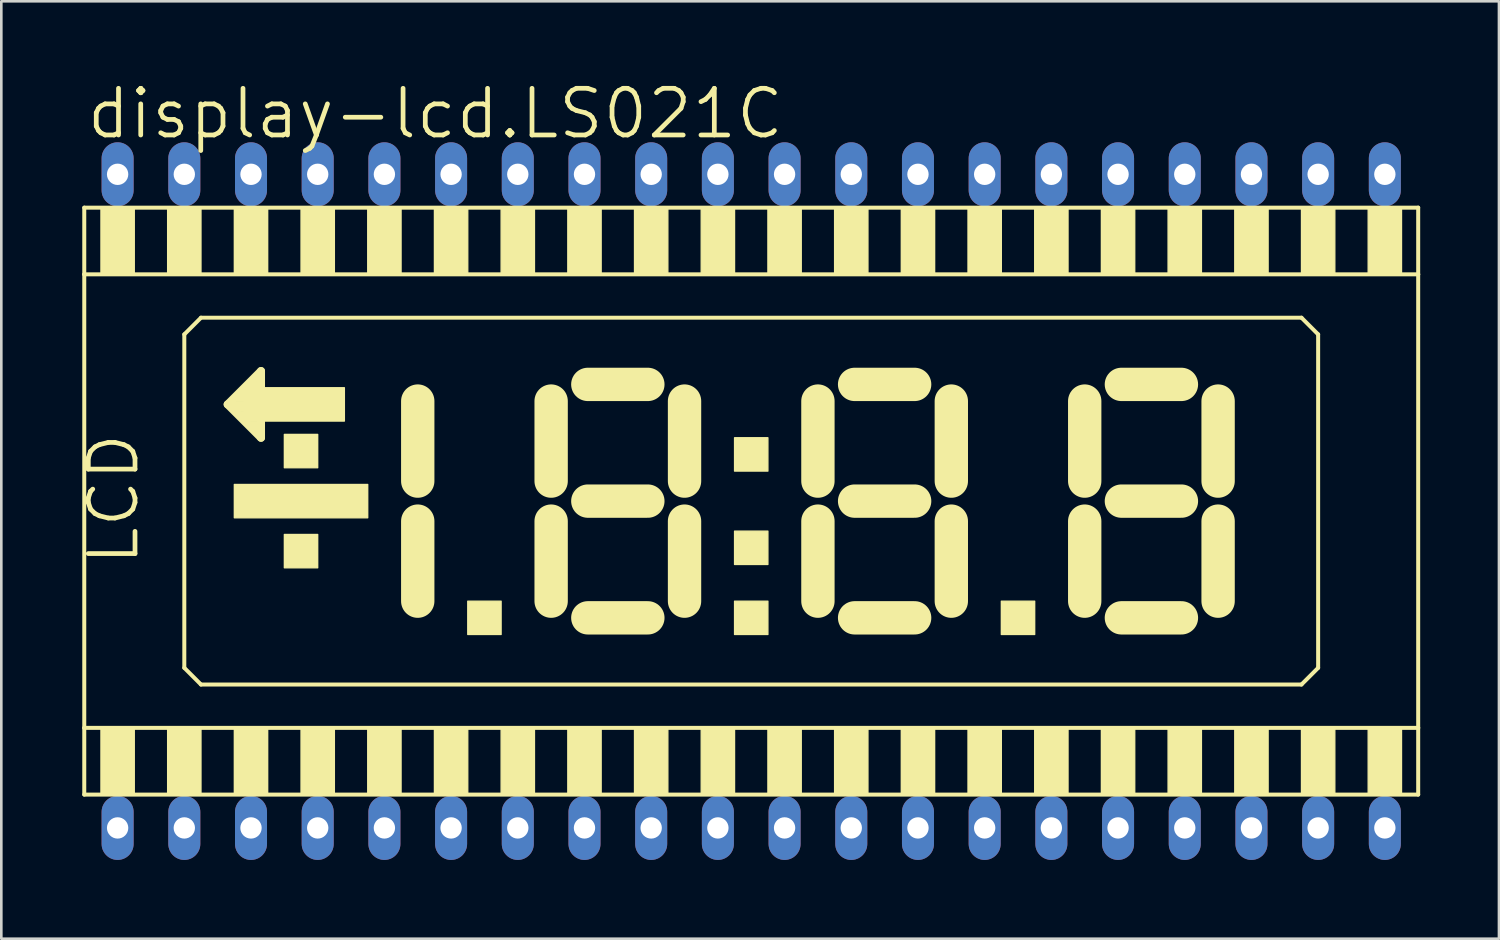
<source format=kicad_pcb>
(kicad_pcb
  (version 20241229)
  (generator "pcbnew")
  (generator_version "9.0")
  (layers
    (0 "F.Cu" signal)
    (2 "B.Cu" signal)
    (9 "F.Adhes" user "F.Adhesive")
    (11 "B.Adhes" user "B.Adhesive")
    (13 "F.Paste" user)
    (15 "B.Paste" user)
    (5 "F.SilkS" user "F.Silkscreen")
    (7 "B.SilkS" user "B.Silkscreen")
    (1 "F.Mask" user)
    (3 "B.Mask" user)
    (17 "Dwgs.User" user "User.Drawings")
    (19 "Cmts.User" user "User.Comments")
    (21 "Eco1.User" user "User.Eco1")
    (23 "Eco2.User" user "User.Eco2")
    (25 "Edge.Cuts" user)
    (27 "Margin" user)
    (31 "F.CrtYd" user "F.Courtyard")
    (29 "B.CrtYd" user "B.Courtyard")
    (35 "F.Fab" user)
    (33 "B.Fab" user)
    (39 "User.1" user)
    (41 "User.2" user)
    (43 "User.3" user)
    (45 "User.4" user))
  (footprint "display-lcd.LS021C"
    (layer "F.Cu")
    (at 25.559 16.034)
    (property "Reference" "display-lcd.LS021C" (at -25.4 -13.716 0) (layer "F.SilkS") (effects (font (size 1.778 1.778) (thickness 0.18)) (justify left bottom)))
    (attr through_hole)
    (fp_line (start -25.4 -11.176) (end -25.4 -8.636) (stroke (width 0.152) (type default)) (layer "F.SilkS"))
    (fp_line (start -25.4 -8.636) (end -25.4 8.636) (stroke (width 0.152) (type default)) (layer "F.SilkS"))
    (fp_line (start -25.4 -8.636) (end 25.4 -8.636) (stroke (width 0.152) (type default)) (layer "F.SilkS"))
    (fp_line (start -25.4 8.636) (end -25.4 11.176) (stroke (width 0.152) (type default)) (layer "F.SilkS"))
    (fp_line (start -25.4 11.176) (end 25.4 11.176) (stroke (width 0.152) (type default)) (layer "F.SilkS"))
    (fp_line (start -21.59 -6.35) (end -21.59 6.35) (stroke (width 0.152) (type default)) (layer "F.SilkS"))
    (fp_line (start -21.59 6.35) (end -20.955 6.985) (stroke (width 0.152) (type default)) (layer "F.SilkS"))
    (fp_line (start -20.955 -6.985) (end -21.59 -6.35) (stroke (width 0.152) (type default)) (layer "F.SilkS"))
    (fp_line (start -20.955 6.985) (end 20.955 6.985) (stroke (width 0.152) (type default)) (layer "F.SilkS"))
    (fp_line (start -19.939 -3.683) (end -18.669 -4.953) (stroke (width 0.305) (type default)) (layer "F.SilkS"))
    (fp_line (start -18.669 -4.953) (end -18.669 -2.413) (stroke (width 0.305) (type default)) (layer "F.SilkS"))
    (fp_line (start -18.669 -2.413) (end -19.939 -3.683) (stroke (width 0.305) (type default)) (layer "F.SilkS"))
    (fp_line (start -12.7 -0.762) (end -12.7 -3.81) (stroke (width 1.27) (type default)) (layer "F.SilkS"))
    (fp_line (start -12.7 3.81) (end -12.7 0.762) (stroke (width 1.27) (type default)) (layer "F.SilkS"))
    (fp_line (start -7.62 -3.81) (end -7.62 -0.762) (stroke (width 1.27) (type default)) (layer "F.SilkS"))
    (fp_line (start -7.62 0.762) (end -7.62 3.81) (stroke (width 1.27) (type default)) (layer "F.SilkS"))
    (fp_line (start -6.223 -4.445) (end -3.937 -4.445) (stroke (width 1.27) (type default)) (layer "F.SilkS"))
    (fp_line (start -6.223 0) (end -3.937 0) (stroke (width 1.27) (type default)) (layer "F.SilkS"))
    (fp_line (start -6.223 4.445) (end -3.937 4.445) (stroke (width 1.27) (type default)) (layer "F.SilkS"))
    (fp_line (start -2.54 -0.762) (end -2.54 -3.81) (stroke (width 1.27) (type default)) (layer "F.SilkS"))
    (fp_line (start -2.54 3.81) (end -2.54 0.762) (stroke (width 1.27) (type default)) (layer "F.SilkS"))
    (fp_line (start 2.54 -3.81) (end 2.54 -0.762) (stroke (width 1.27) (type default)) (layer "F.SilkS"))
    (fp_line (start 2.54 0.762) (end 2.54 3.81) (stroke (width 1.27) (type default)) (layer "F.SilkS"))
    (fp_line (start 3.937 -4.445) (end 6.223 -4.445) (stroke (width 1.27) (type default)) (layer "F.SilkS"))
    (fp_line (start 3.937 0) (end 6.223 0) (stroke (width 1.27) (type default)) (layer "F.SilkS"))
    (fp_line (start 3.937 4.445) (end 6.223 4.445) (stroke (width 1.27) (type default)) (layer "F.SilkS"))
    (fp_line (start 7.62 -0.762) (end 7.62 -3.81) (stroke (width 1.27) (type default)) (layer "F.SilkS"))
    (fp_line (start 7.62 3.81) (end 7.62 0.762) (stroke (width 1.27) (type default)) (layer "F.SilkS"))
    (fp_line (start 12.7 -3.81) (end 12.7 -0.762) (stroke (width 1.27) (type default)) (layer "F.SilkS"))
    (fp_line (start 12.7 0.762) (end 12.7 3.81) (stroke (width 1.27) (type default)) (layer "F.SilkS"))
    (fp_line (start 14.097 -4.445) (end 16.383 -4.445) (stroke (width 1.27) (type default)) (layer "F.SilkS"))
    (fp_line (start 14.097 0) (end 16.383 0) (stroke (width 1.27) (type default)) (layer "F.SilkS"))
    (fp_line (start 14.097 4.445) (end 16.383 4.445) (stroke (width 1.27) (type default)) (layer "F.SilkS"))
    (fp_line (start 17.78 -0.762) (end 17.78 -3.81) (stroke (width 1.27) (type default)) (layer "F.SilkS"))
    (fp_line (start 17.78 3.81) (end 17.78 0.762) (stroke (width 1.27) (type default)) (layer "F.SilkS"))
    (fp_line (start 20.955 -6.985) (end -20.955 -6.985) (stroke (width 0.152) (type default)) (layer "F.SilkS"))
    (fp_line (start 20.955 6.985) (end 21.59 6.35) (stroke (width 0.152) (type default)) (layer "F.SilkS"))
    (fp_line (start 21.59 -6.35) (end 20.955 -6.985) (stroke (width 0.152) (type default)) (layer "F.SilkS"))
    (fp_line (start 21.59 6.35) (end 21.59 -6.35) (stroke (width 0.152) (type default)) (layer "F.SilkS"))
    (fp_line (start 25.4 -11.176) (end -25.4 -11.176) (stroke (width 0.152) (type default)) (layer "F.SilkS"))
    (fp_line (start 25.4 -8.636) (end 25.4 -11.176) (stroke (width 0.152) (type default)) (layer "F.SilkS"))
    (fp_line (start 25.4 8.636) (end -25.4 8.636) (stroke (width 0.152) (type default)) (layer "F.SilkS"))
    (fp_line (start 25.4 8.636) (end 25.4 -8.636) (stroke (width 0.152) (type default)) (layer "F.SilkS"))
    (fp_line (start 25.4 11.176) (end 25.4 8.636) (stroke (width 0.152) (type default)) (layer "F.SilkS"))
    (fp_rect (start -24.765 -8.636) (end -23.495 -11.176) (stroke (width 0.05) (type default)) (fill yes) (layer "F.SilkS"))
    (fp_rect (start -24.765 11.176) (end -23.495 8.636) (stroke (width 0.05) (type default)) (fill yes) (layer "F.SilkS"))
    (fp_rect (start -22.225 -8.636) (end -20.955 -11.176) (stroke (width 0.05) (type default)) (fill yes) (layer "F.SilkS"))
    (fp_rect (start -22.225 11.176) (end -20.955 8.636) (stroke (width 0.05) (type default)) (fill yes) (layer "F.SilkS"))
    (fp_rect (start -19.812 -3.556) (end -19.304 -3.81) (stroke (width 0.05) (type default)) (fill yes) (layer "F.SilkS"))
    (fp_rect (start -19.685 -8.636) (end -18.415 -11.176) (stroke (width 0.05) (type default)) (fill yes) (layer "F.SilkS"))
    (fp_rect (start -19.685 -3.81) (end -19.304 -3.937) (stroke (width 0.05) (type default)) (fill yes) (layer "F.SilkS"))
    (fp_rect (start -19.685 -3.429) (end -19.304 -3.556) (stroke (width 0.05) (type default)) (fill yes) (layer "F.SilkS"))
    (fp_rect (start -19.685 0.635) (end -14.605 -0.635) (stroke (width 0.05) (type default)) (fill yes) (layer "F.SilkS"))
    (fp_rect (start -19.685 11.176) (end -18.415 8.636) (stroke (width 0.05) (type default)) (fill yes) (layer "F.SilkS"))
    (fp_rect (start -19.558 -3.937) (end -19.304 -4.064) (stroke (width 0.05) (type default)) (fill yes) (layer "F.SilkS"))
    (fp_rect (start -19.558 -3.302) (end -19.304 -3.429) (stroke (width 0.05) (type default)) (fill yes) (layer "F.SilkS"))
    (fp_rect (start -19.431 -4.064) (end -19.304 -4.191) (stroke (width 0.05) (type default)) (fill yes) (layer "F.SilkS"))
    (fp_rect (start -19.431 -3.175) (end -19.304 -3.302) (stroke (width 0.05) (type default)) (fill yes) (layer "F.SilkS"))
    (fp_rect (start -19.304 -3.048) (end -15.494 -4.318) (stroke (width 0.05) (type default)) (fill yes) (layer "F.SilkS"))
    (fp_rect (start -19.177 -4.318) (end -18.669 -4.572) (stroke (width 0.05) (type default)) (fill yes) (layer "F.SilkS"))
    (fp_rect (start -19.177 -2.794) (end -18.669 -3.048) (stroke (width 0.05) (type default)) (fill yes) (layer "F.SilkS"))
    (fp_rect (start -18.923 -4.572) (end -18.669 -4.699) (stroke (width 0.05) (type default)) (fill yes) (layer "F.SilkS"))
    (fp_rect (start -18.923 -2.667) (end -18.669 -2.794) (stroke (width 0.05) (type default)) (fill yes) (layer "F.SilkS"))
    (fp_rect (start -17.78 -1.27) (end -16.51 -2.54) (stroke (width 0.05) (type default)) (fill yes) (layer "F.SilkS"))
    (fp_rect (start -17.78 2.54) (end -16.51 1.27) (stroke (width 0.05) (type default)) (fill yes) (layer "F.SilkS"))
    (fp_rect (start -17.145 -8.636) (end -15.875 -11.176) (stroke (width 0.05) (type default)) (fill yes) (layer "F.SilkS"))
    (fp_rect (start -17.145 11.176) (end -15.875 8.636) (stroke (width 0.05) (type default)) (fill yes) (layer "F.SilkS"))
    (fp_rect (start -14.605 -8.636) (end -13.335 -11.176) (stroke (width 0.05) (type default)) (fill yes) (layer "F.SilkS"))
    (fp_rect (start -14.605 11.176) (end -13.335 8.636) (stroke (width 0.05) (type default)) (fill yes) (layer "F.SilkS"))
    (fp_rect (start -12.065 -8.636) (end -10.795 -11.176) (stroke (width 0.05) (type default)) (fill yes) (layer "F.SilkS"))
    (fp_rect (start -12.065 11.176) (end -10.795 8.636) (stroke (width 0.05) (type default)) (fill yes) (layer "F.SilkS"))
    (fp_rect (start -10.795 5.08) (end -9.525 3.81) (stroke (width 0.05) (type default)) (fill yes) (layer "F.SilkS"))
    (fp_rect (start -9.525 -8.636) (end -8.255 -11.176) (stroke (width 0.05) (type default)) (fill yes) (layer "F.SilkS"))
    (fp_rect (start -9.525 11.176) (end -8.255 8.636) (stroke (width 0.05) (type default)) (fill yes) (layer "F.SilkS"))
    (fp_rect (start -6.985 -8.636) (end -5.715 -11.176) (stroke (width 0.05) (type default)) (fill yes) (layer "F.SilkS"))
    (fp_rect (start -6.985 11.176) (end -5.715 8.636) (stroke (width 0.05) (type default)) (fill yes) (layer "F.SilkS"))
    (fp_rect (start -4.445 -8.636) (end -3.175 -11.176) (stroke (width 0.05) (type default)) (fill yes) (layer "F.SilkS"))
    (fp_rect (start -4.445 11.176) (end -3.175 8.636) (stroke (width 0.05) (type default)) (fill yes) (layer "F.SilkS"))
    (fp_rect (start -1.905 -8.636) (end -0.635 -11.176) (stroke (width 0.05) (type default)) (fill yes) (layer "F.SilkS"))
    (fp_rect (start -1.905 11.176) (end -0.635 8.636) (stroke (width 0.05) (type default)) (fill yes) (layer "F.SilkS"))
    (fp_rect (start -0.635 -1.143) (end 0.635 -2.413) (stroke (width 0.05) (type default)) (fill yes) (layer "F.SilkS"))
    (fp_rect (start -0.635 2.413) (end 0.635 1.143) (stroke (width 0.05) (type default)) (fill yes) (layer "F.SilkS"))
    (fp_rect (start -0.635 5.08) (end 0.635 3.81) (stroke (width 0.05) (type default)) (fill yes) (layer "F.SilkS"))
    (fp_rect (start 0.635 -8.636) (end 1.905 -11.176) (stroke (width 0.05) (type default)) (fill yes) (layer "F.SilkS"))
    (fp_rect (start 0.635 11.176) (end 1.905 8.636) (stroke (width 0.05) (type default)) (fill yes) (layer "F.SilkS"))
    (fp_rect (start 3.175 -8.636) (end 4.445 -11.176) (stroke (width 0.05) (type default)) (fill yes) (layer "F.SilkS"))
    (fp_rect (start 3.175 11.176) (end 4.445 8.636) (stroke (width 0.05) (type default)) (fill yes) (layer "F.SilkS"))
    (fp_rect (start 5.715 -8.636) (end 6.985 -11.176) (stroke (width 0.05) (type default)) (fill yes) (layer "F.SilkS"))
    (fp_rect (start 5.715 11.176) (end 6.985 8.636) (stroke (width 0.05) (type default)) (fill yes) (layer "F.SilkS"))
    (fp_rect (start 8.255 -8.636) (end 9.525 -11.176) (stroke (width 0.05) (type default)) (fill yes) (layer "F.SilkS"))
    (fp_rect (start 8.255 11.176) (end 9.525 8.636) (stroke (width 0.05) (type default)) (fill yes) (layer "F.SilkS"))
    (fp_rect (start 9.525 5.08) (end 10.795 3.81) (stroke (width 0.05) (type default)) (fill yes) (layer "F.SilkS"))
    (fp_rect (start 10.795 -8.636) (end 12.065 -11.176) (stroke (width 0.05) (type default)) (fill yes) (layer "F.SilkS"))
    (fp_rect (start 10.795 11.176) (end 12.065 8.636) (stroke (width 0.05) (type default)) (fill yes) (layer "F.SilkS"))
    (fp_rect (start 13.335 -8.636) (end 14.605 -11.176) (stroke (width 0.05) (type default)) (fill yes) (layer "F.SilkS"))
    (fp_rect (start 13.335 11.176) (end 14.605 8.636) (stroke (width 0.05) (type default)) (fill yes) (layer "F.SilkS"))
    (fp_rect (start 15.875 -8.636) (end 17.145 -11.176) (stroke (width 0.05) (type default)) (fill yes) (layer "F.SilkS"))
    (fp_rect (start 15.875 11.176) (end 17.145 8.636) (stroke (width 0.05) (type default)) (fill yes) (layer "F.SilkS"))
    (fp_rect (start 18.415 -8.636) (end 19.685 -11.176) (stroke (width 0.05) (type default)) (fill yes) (layer "F.SilkS"))
    (fp_rect (start 18.415 11.176) (end 19.685 8.636) (stroke (width 0.05) (type default)) (fill yes) (layer "F.SilkS"))
    (fp_rect (start 20.955 -8.636) (end 22.225 -11.176) (stroke (width 0.05) (type default)) (fill yes) (layer "F.SilkS"))
    (fp_rect (start 20.955 11.176) (end 22.225 8.636) (stroke (width 0.05) (type default)) (fill yes) (layer "F.SilkS"))
    (fp_rect (start 23.495 -8.636) (end 24.765 -11.176) (stroke (width 0.05) (type default)) (fill yes) (layer "F.SilkS"))
    (fp_rect (start 23.495 11.176) (end 24.765 8.636) (stroke (width 0.05) (type default)) (fill yes) (layer "F.SilkS"))
    (fp_text user "LCD" (at -23.241 2.54 90) (layer "F.SilkS") (effects (font (size 1.778 1.778) (thickness 0.18)) (justify left bottom)))
    (pad "1" thru_hole oval (at -24.13 12.446 90) (size 2.438 1.219) (drill 0.813) (layers "*.Cu" "*.Mask"))
    (pad "2" thru_hole oval (at -21.59 12.446 90) (size 2.438 1.219) (drill 0.813) (layers "*.Cu" "*.Mask"))
    (pad "3" thru_hole oval (at -19.05 12.446 90) (size 2.438 1.219) (drill 0.813) (layers "*.Cu" "*.Mask"))
    (pad "4" thru_hole oval (at -16.51 12.446 90) (size 2.438 1.219) (drill 0.813) (layers "*.Cu" "*.Mask"))
    (pad "5" thru_hole oval (at -13.97 12.446 90) (size 2.438 1.219) (drill 0.813) (layers "*.Cu" "*.Mask"))
    (pad "6" thru_hole oval (at -11.43 12.446 90) (size 2.438 1.219) (drill 0.813) (layers "*.Cu" "*.Mask"))
    (pad "7" thru_hole oval (at -8.89 12.446 90) (size 2.438 1.219) (drill 0.813) (layers "*.Cu" "*.Mask"))
    (pad "8" thru_hole oval (at -6.35 12.446 90) (size 2.438 1.219) (drill 0.813) (layers "*.Cu" "*.Mask"))
    (pad "9" thru_hole oval (at -3.81 12.446 90) (size 2.438 1.219) (drill 0.813) (layers "*.Cu" "*.Mask"))
    (pad "10" thru_hole oval (at -1.27 12.446 90) (size 2.438 1.219) (drill 0.813) (layers "*.Cu" "*.Mask"))
    (pad "11" thru_hole oval (at 1.27 12.446 90) (size 2.438 1.219) (drill 0.813) (layers "*.Cu" "*.Mask"))
    (pad "12" thru_hole oval (at 3.81 12.446 90) (size 2.438 1.219) (drill 0.813) (layers "*.Cu" "*.Mask"))
    (pad "13" thru_hole oval (at 6.35 12.446 90) (size 2.438 1.219) (drill 0.813) (layers "*.Cu" "*.Mask"))
    (pad "14" thru_hole oval (at 8.89 12.446 90) (size 2.438 1.219) (drill 0.813) (layers "*.Cu" "*.Mask"))
    (pad "15" thru_hole oval (at 11.43 12.446 90) (size 2.438 1.219) (drill 0.813) (layers "*.Cu" "*.Mask"))
    (pad "16" thru_hole oval (at 13.97 12.446 90) (size 2.438 1.219) (drill 0.813) (layers "*.Cu" "*.Mask"))
    (pad "17" thru_hole oval (at 16.51 12.446 90) (size 2.438 1.219) (drill 0.813) (layers "*.Cu" "*.Mask"))
    (pad "18" thru_hole oval (at 19.05 12.446 90) (size 2.438 1.219) (drill 0.813) (layers "*.Cu" "*.Mask"))
    (pad "19" thru_hole oval (at 21.59 12.446 90) (size 2.438 1.219) (drill 0.813) (layers "*.Cu" "*.Mask"))
    (pad "20" thru_hole oval (at 24.13 12.446 90) (size 2.438 1.219) (drill 0.813) (layers "*.Cu" "*.Mask"))
    (pad "21" thru_hole oval (at 24.13 -12.446 90) (size 2.438 1.219) (drill 0.813) (layers "*.Cu" "*.Mask"))
    (pad "22" thru_hole oval (at 21.59 -12.446 90) (size 2.438 1.219) (drill 0.813) (layers "*.Cu" "*.Mask"))
    (pad "23" thru_hole oval (at 19.05 -12.446 90) (size 2.438 1.219) (drill 0.813) (layers "*.Cu" "*.Mask"))
    (pad "24" thru_hole oval (at 16.51 -12.446 90) (size 2.438 1.219) (drill 0.813) (layers "*.Cu" "*.Mask"))
    (pad "25" thru_hole oval (at 13.97 -12.446 90) (size 2.438 1.219) (drill 0.813) (layers "*.Cu" "*.Mask"))
    (pad "26" thru_hole oval (at 11.43 -12.446 90) (size 2.438 1.219) (drill 0.813) (layers "*.Cu" "*.Mask"))
    (pad "27" thru_hole oval (at 8.89 -12.446 90) (size 2.438 1.219) (drill 0.813) (layers "*.Cu" "*.Mask"))
    (pad "28" thru_hole oval (at 6.35 -12.446 90) (size 2.438 1.219) (drill 0.813) (layers "*.Cu" "*.Mask"))
    (pad "29" thru_hole oval (at 3.81 -12.446 90) (size 2.438 1.219) (drill 0.813) (layers "*.Cu" "*.Mask"))
    (pad "30" thru_hole oval (at 1.27 -12.446 90) (size 2.438 1.219) (drill 0.813) (layers "*.Cu" "*.Mask"))
    (pad "31" thru_hole oval (at -1.27 -12.446 90) (size 2.438 1.219) (drill 0.813) (layers "*.Cu" "*.Mask"))
    (pad "32" thru_hole oval (at -3.81 -12.446 90) (size 2.438 1.219) (drill 0.813) (layers "*.Cu" "*.Mask"))
    (pad "33" thru_hole oval (at -6.35 -12.446 90) (size 2.438 1.219) (drill 0.813) (layers "*.Cu" "*.Mask"))
    (pad "34" thru_hole oval (at -8.89 -12.446 90) (size 2.438 1.219) (drill 0.813) (layers "*.Cu" "*.Mask"))
    (pad "35" thru_hole oval (at -11.43 -12.446 90) (size 2.438 1.219) (drill 0.813) (layers "*.Cu" "*.Mask"))
    (pad "36" thru_hole oval (at -13.97 -12.446 90) (size 2.438 1.219) (drill 0.813) (layers "*.Cu" "*.Mask"))
    (pad "37" thru_hole oval (at -16.51 -12.446 90) (size 2.438 1.219) (drill 0.813) (layers "*.Cu" "*.Mask"))
    (pad "38" thru_hole oval (at -19.05 -12.446 90) (size 2.438 1.219) (drill 0.813) (layers "*.Cu" "*.Mask"))
    (pad "39" thru_hole oval (at -21.59 -12.446 90) (size 2.438 1.219) (drill 0.813) (layers "*.Cu" "*.Mask"))
    (pad "40" thru_hole oval (at -24.13 -12.446 90) (size 2.438 1.219) (drill 0.813) (layers "*.Cu" "*.Mask")))
  (gr_rect
    (start -3 -3)
    (end 54.035 32.699)
    (stroke (width 0.1) (type default))
    (fill no)
    (layer "Edge.Cuts")))
</source>
